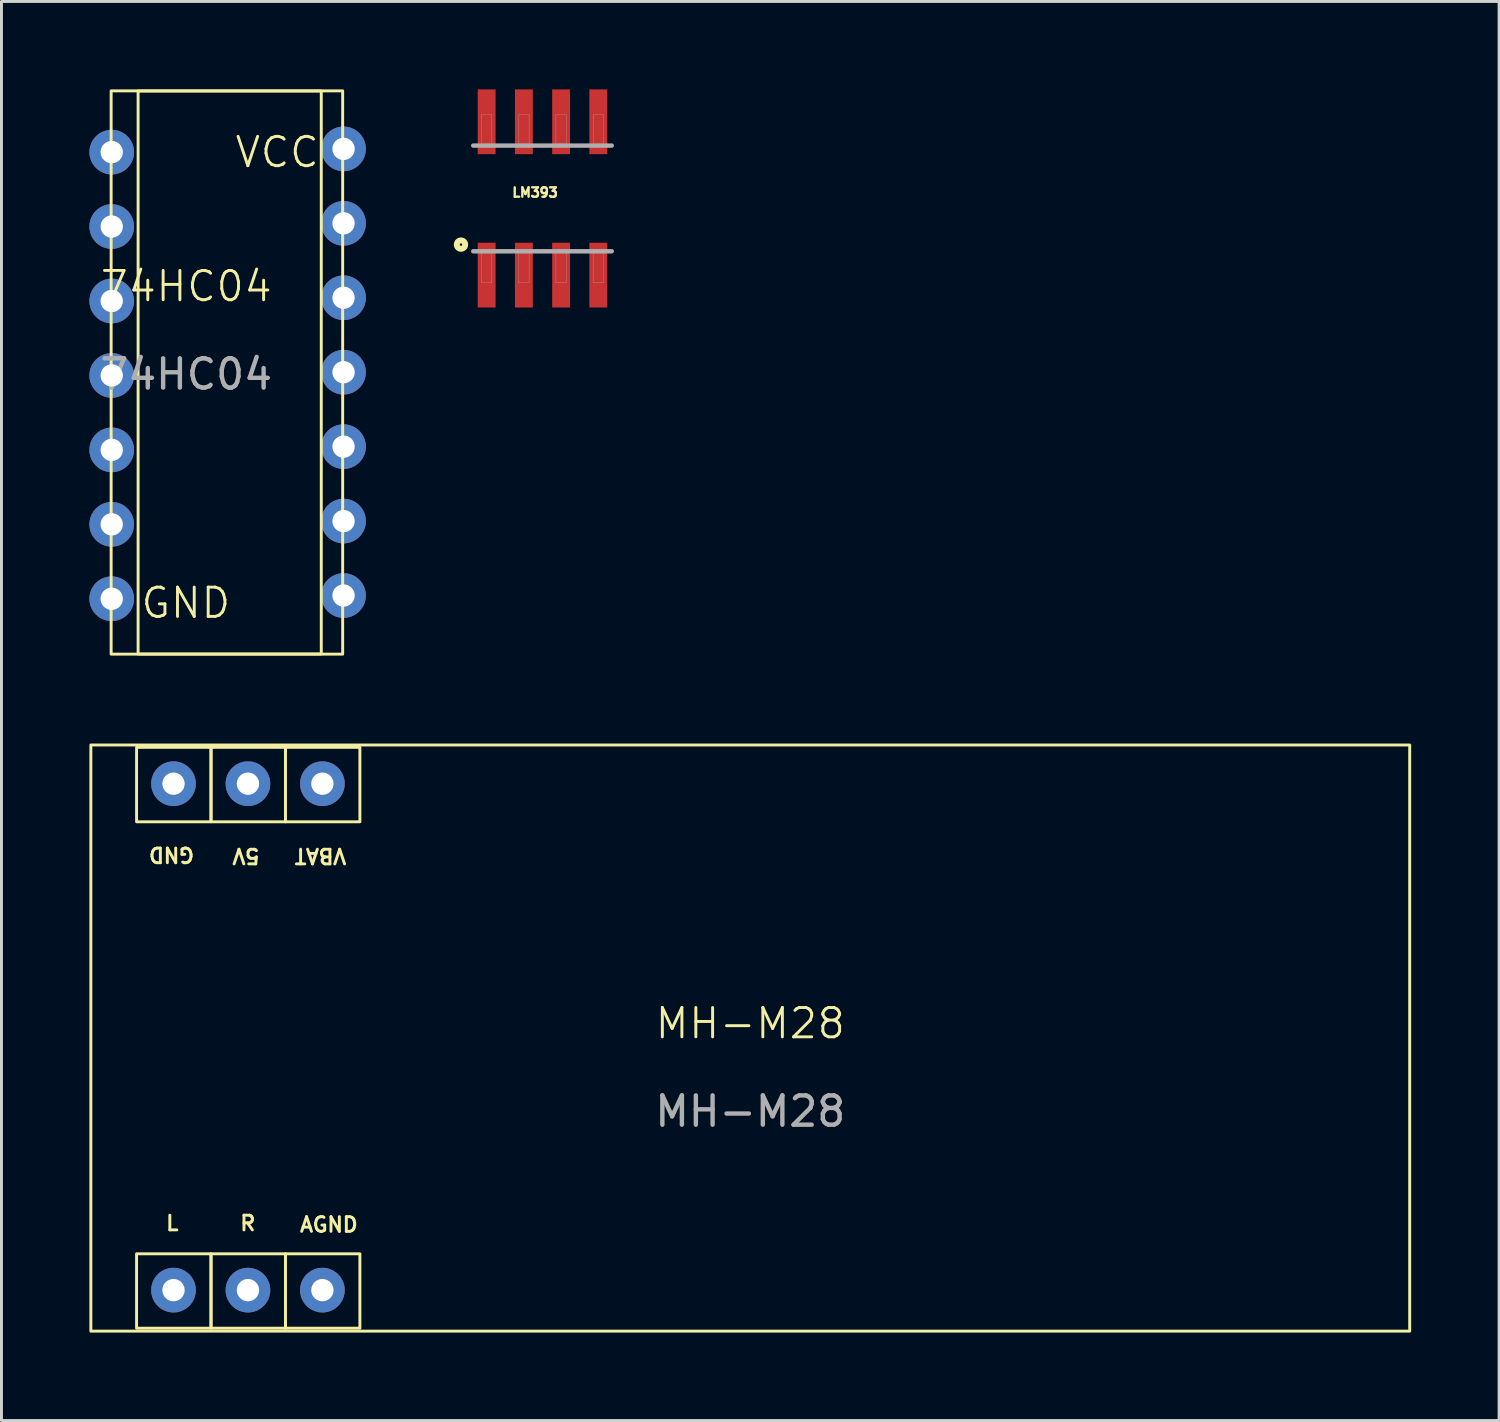
<source format=kicad_pcb>
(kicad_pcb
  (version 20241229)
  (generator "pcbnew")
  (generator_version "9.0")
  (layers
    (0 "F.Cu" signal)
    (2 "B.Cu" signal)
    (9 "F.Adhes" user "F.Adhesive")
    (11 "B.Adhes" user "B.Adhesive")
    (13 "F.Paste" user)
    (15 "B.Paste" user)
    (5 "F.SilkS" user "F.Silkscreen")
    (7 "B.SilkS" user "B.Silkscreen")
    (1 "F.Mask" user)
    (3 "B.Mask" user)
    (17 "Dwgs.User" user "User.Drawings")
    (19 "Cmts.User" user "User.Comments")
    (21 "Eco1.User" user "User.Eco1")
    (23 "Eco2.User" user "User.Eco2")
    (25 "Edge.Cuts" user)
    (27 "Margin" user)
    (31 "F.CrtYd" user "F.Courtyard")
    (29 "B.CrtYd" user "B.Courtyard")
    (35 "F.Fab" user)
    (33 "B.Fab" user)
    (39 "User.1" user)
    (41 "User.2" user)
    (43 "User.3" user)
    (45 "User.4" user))
  (footprint "LM393"
    (layer "F.Cu")
    (at 15.46 3.721)
    (property "Reference" "LM393" (at -0.254 -0.203 0) (layer "F.SilkS") (effects (font (size 0.32 0.32) (thickness 0.15))))
    (attr smd)
    (fp_circle (center -2.781 1.575) (end -2.638 1.575) (stroke (width 0.203) (type solid)) (fill no) (layer "F.SilkS"))
    (fp_line (start -2.362 1.803) (end 2.362 1.803) (stroke (width 0.152) (type solid)) (layer "F.Fab"))
    (fp_line (start 2.362 -1.803) (end -2.362 -1.803) (stroke (width 0.152) (type solid)) (layer "F.Fab"))
    (fp_poly (pts (xy -2.086 1.854) (xy -1.727 1.854) (xy -1.727 2.874) (xy -2.086 2.874)) (stroke (width 0.01) (type solid)) (fill no) (layer "F.Fab"))
    (fp_poly (pts (xy -2.084 -2.87) (xy -1.727 -2.87) (xy -1.727 -1.855) (xy -2.084 -1.855)) (stroke (width 0.01) (type solid)) (fill no) (layer "F.Fab"))
    (fp_poly (pts (xy -0.814 1.854) (xy -0.457 1.854) (xy -0.457 2.874) (xy -0.814 2.874)) (stroke (width 0.01) (type solid)) (fill no) (layer "F.Fab"))
    (fp_poly (pts (xy -0.813 -2.87) (xy -0.457 -2.87) (xy -0.457 -1.855) (xy -0.813 -1.855)) (stroke (width 0.01) (type solid)) (fill no) (layer "F.Fab"))
    (fp_poly (pts (xy 0.458 -2.87) (xy 0.813 -2.87) (xy 0.813 -1.857) (xy 0.458 -1.857)) (stroke (width 0.01) (type solid)) (fill no) (layer "F.Fab"))
    (fp_poly (pts (xy 0.458 1.854) (xy 0.813 1.854) (xy 0.813 2.875) (xy 0.458 2.875)) (stroke (width 0.01) (type solid)) (fill no) (layer "F.Fab"))
    (fp_poly (pts (xy 1.727 1.854) (xy 2.083 1.854) (xy 2.083 2.87) (xy 1.727 2.87)) (stroke (width 0.01) (type solid)) (fill no) (layer "F.Fab"))
    (fp_poly (pts (xy 1.728 -2.87) (xy 2.083 -2.87) (xy 2.083 -1.855) (xy 1.728 -1.855)) (stroke (width 0.01) (type solid)) (fill no) (layer "F.Fab"))
    (pad "1" smd rect (at -1.905 2.616) (size 0.61 2.21) (layers "F.Cu" "F.Mask" "F.Paste"))
    (pad "2" smd rect (at -0.635 2.616) (size 0.61 2.21) (layers "F.Cu" "F.Mask" "F.Paste"))
    (pad "3" smd rect (at 0.635 2.616) (size 0.61 2.21) (layers "F.Cu" "F.Mask" "F.Paste"))
    (pad "4" smd rect (at 1.905 2.616) (size 0.61 2.21) (layers "F.Cu" "F.Mask" "F.Paste"))
    (pad "5" smd rect (at 1.905 -2.616) (size 0.61 2.21) (layers "F.Cu" "F.Mask" "F.Paste"))
    (pad "6" smd rect (at 0.635 -2.616) (size 0.61 2.21) (layers "F.Cu" "F.Mask" "F.Paste"))
    (pad "7" smd rect (at -0.635 -2.616) (size 0.61 2.21) (layers "F.Cu" "F.Mask" "F.Paste"))
    (pad "8" smd rect (at -1.905 -2.616) (size 0.61 2.21) (layers "F.Cu" "F.Mask" "F.Paste")))
  (footprint "74HC04"
    (layer "F.Cu")
    (at 3.302 7.22)
    (property "Reference" "74HC04" (at 0 -0.5 0) (unlocked yes) (layer "F.SilkS") (effects (font (size 1 1) (thickness 0.1))))
    (attr through_hole)
    (fp_rect (start -2.56 -7.17) (end 5.34 12.05) (stroke (width 0.1) (type default)) (fill no) (layer "F.SilkS"))
    (fp_rect (start -1.64 -7.165) (end 4.61 12.045) (stroke (width 0.1) (type default)) (fill no) (layer "F.SilkS"))
    (fp_text user "VCC" (at 1.61 -4.49 0) (unlocked yes) (layer "F.SilkS") (effects (font (size 1 1) (thickness 0.1)) (justify left bottom)))
    (fp_text user "GND" (at -1.6 10.89 0) (unlocked yes) (layer "F.SilkS") (effects (font (size 1 1) (thickness 0.1)) (justify left bottom)))
    (fp_text user "${REFERENCE}" (at 0 2.5 0) (unlocked yes) (layer "F.Fab") (effects (font (size 1 1) (thickness 0.15))))
    (pad "1" thru_hole circle (at -2.54 -5.08) (size 1.524 1.524) (drill 0.762) (layers "*.Cu" "*.Mask"))
    (pad "2" thru_hole circle (at -2.54 -2.54) (size 1.524 1.524) (drill 0.762) (layers "*.Cu" "*.Mask"))
    (pad "3" thru_hole circle (at -2.54 0) (size 1.524 1.524) (drill 0.762) (layers "*.Cu" "*.Mask"))
    (pad "4" thru_hole circle (at -2.54 2.54) (size 1.524 1.524) (drill 0.762) (layers "*.Cu" "*.Mask"))
    (pad "5" thru_hole circle (at -2.54 5.08) (size 1.524 1.524) (drill 0.762) (layers "*.Cu" "*.Mask"))
    (pad "6" thru_hole circle (at -2.54 7.62) (size 1.524 1.524) (drill 0.762) (layers "*.Cu" "*.Mask"))
    (pad "7" thru_hole circle (at -2.54 10.16) (size 1.524 1.524) (drill 0.762) (layers "*.Cu" "*.Mask"))
    (pad "8" thru_hole circle (at 5.37 10.05) (size 1.524 1.524) (drill 0.762) (layers "*.Cu" "*.Mask"))
    (pad "9" thru_hole circle (at 5.37 7.51) (size 1.524 1.524) (drill 0.762) (layers "*.Cu" "*.Mask"))
    (pad "10" thru_hole circle (at 5.37 4.97) (size 1.524 1.524) (drill 0.762) (layers "*.Cu" "*.Mask"))
    (pad "11" thru_hole circle (at 5.37 2.43) (size 1.524 1.524) (drill 0.762) (layers "*.Cu" "*.Mask"))
    (pad "12" thru_hole circle (at 5.37 -0.11) (size 1.524 1.524) (drill 0.762) (layers "*.Cu" "*.Mask"))
    (pad "13" thru_hole circle (at 5.37 -2.65) (size 1.524 1.524) (drill 0.762) (layers "*.Cu" "*.Mask"))
    (pad "14" thru_hole circle (at 5.37 -5.19) (size 1.524 1.524) (drill 0.762) (layers "*.Cu" "*.Mask")))
  (footprint "MH-M28"
    (layer "F.Cu")
    (at 23.19 33.35)
    (property "Reference" "MH-M28" (at -0.64 -1.48 0) (unlocked yes) (layer "F.SilkS") (effects (font (size 1 1) (thickness 0.1))))
    (attr through_hole)
    (fp_rect (start -23.14 -10.98) (end 21.86 9.02) (stroke (width 0.1) (type default)) (fill no) (layer "F.SilkS"))
    (fp_rect (start -21.58 -10.9) (end -19.04 -8.36) (stroke (width 0.1) (type default)) (fill no) (layer "F.SilkS"))
    (fp_rect (start -21.58 6.38) (end -19.04 8.92) (stroke (width 0.1) (type default)) (fill no) (layer "F.SilkS"))
    (fp_rect (start -19.04 -10.9) (end -16.5 -8.36) (stroke (width 0.1) (type default)) (fill no) (layer "F.SilkS"))
    (fp_rect (start -19.04 6.38) (end -16.5 8.92) (stroke (width 0.1) (type default)) (fill no) (layer "F.SilkS"))
    (fp_rect (start -16.5 -10.9) (end -13.96 -8.36) (stroke (width 0.1) (type default)) (fill no) (layer "F.SilkS"))
    (fp_rect (start -16.5 6.38) (end -13.96 8.92) (stroke (width 0.1) (type default)) (fill no) (layer "F.SilkS"))
    (fp_text user "R" (at -18.1 5.63 0) (unlocked yes) (layer "F.SilkS") (effects (font (size 0.5 0.5) (thickness 0.1)) (justify left bottom)))
    (fp_text user "5V" (at -17.33 -7.49 180) (unlocked yes) (layer "F.SilkS") (effects (font (size 0.5 0.5) (thickness 0.1)) (justify left bottom)))
    (fp_text user "AGND\n" (at -16.06 5.68 0) (unlocked yes) (layer "F.SilkS") (effects (font (size 0.5 0.5) (thickness 0.1)) (justify left bottom)))
    (fp_text user "L" (at -20.63 5.63 0) (unlocked yes) (layer "F.SilkS") (effects (font (size 0.5 0.5) (thickness 0.1)) (justify left bottom)))
    (fp_text user "VBAT" (at -14.37 -7.49 180) (unlocked yes) (layer "F.SilkS") (effects (font (size 0.5 0.5) (thickness 0.1)) (justify left bottom)))
    (fp_text user "GND\n" (at -19.56 -7.53 180) (unlocked yes) (layer "F.SilkS") (effects (font (size 0.5 0.5) (thickness 0.1)) (justify left bottom)))
    (fp_text user "${REFERENCE}" (at -0.64 1.52 0) (unlocked yes) (layer "F.Fab") (effects (font (size 1 1) (thickness 0.15))))
    (pad "1" thru_hole circle (at -17.78 -9.66) (size 1.524 1.524) (drill 0.762) (layers "*.Cu" "*.Mask"))
    (pad "2" thru_hole circle (at -20.32 -9.66) (size 1.524 1.524) (drill 0.762) (layers "*.Cu" "*.Mask"))
    (pad "3" thru_hole circle (at -15.24 -9.66) (size 1.524 1.524) (drill 0.762) (layers "*.Cu" "*.Mask"))
    (pad "4" thru_hole circle (at -20.32 7.62) (size 1.524 1.524) (drill 0.762) (layers "*.Cu" "*.Mask"))
    (pad "5" thru_hole circle (at -17.78 7.62) (size 1.524 1.524) (drill 0.762) (layers "*.Cu" "*.Mask"))
    (pad "6" thru_hole circle (at -15.24 7.62) (size 1.524 1.524) (drill 0.762) (layers "*.Cu" "*.Mask")))
  (gr_rect
    (start -3 -3)
    (end 48.1 45.42)
    (stroke (width 0.1) (type default))
    (fill no)
    (layer "Edge.Cuts")))
</source>
